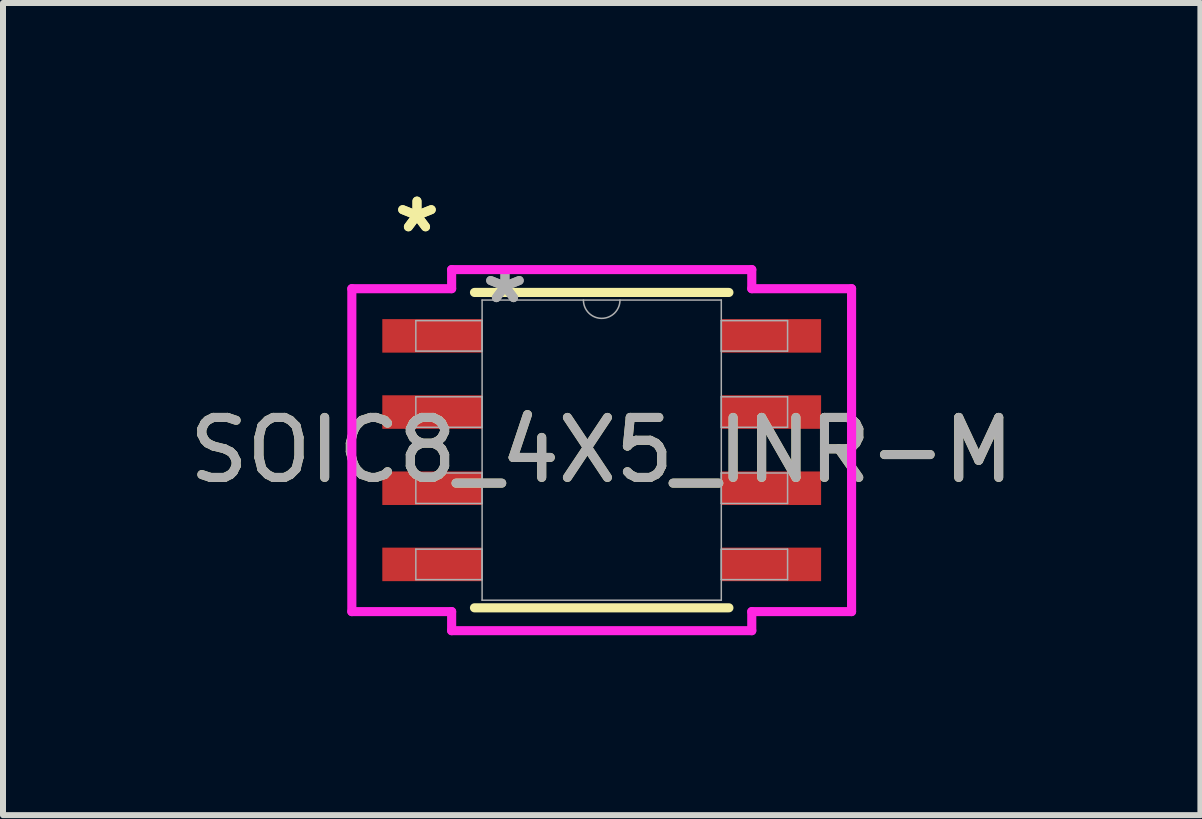
<source format=kicad_pcb>
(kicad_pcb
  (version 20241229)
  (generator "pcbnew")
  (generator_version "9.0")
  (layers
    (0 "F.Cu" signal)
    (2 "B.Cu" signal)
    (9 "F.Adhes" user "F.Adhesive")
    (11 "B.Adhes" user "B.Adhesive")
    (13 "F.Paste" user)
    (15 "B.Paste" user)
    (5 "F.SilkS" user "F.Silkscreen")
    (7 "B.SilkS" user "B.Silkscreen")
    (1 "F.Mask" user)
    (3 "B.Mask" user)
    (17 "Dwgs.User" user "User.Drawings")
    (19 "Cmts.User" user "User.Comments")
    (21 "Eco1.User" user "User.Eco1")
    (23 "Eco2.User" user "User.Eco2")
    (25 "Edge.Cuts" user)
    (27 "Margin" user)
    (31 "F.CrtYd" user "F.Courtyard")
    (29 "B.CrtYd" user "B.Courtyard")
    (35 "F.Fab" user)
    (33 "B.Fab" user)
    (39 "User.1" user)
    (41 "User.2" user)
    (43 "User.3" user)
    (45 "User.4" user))
  (footprint "SOIC8_4X5_INR-M"
    (layer "F.Cu")
    (at 6.982 4.455)
    (property "Reference" "SOIC8_4X5_INR-M" (at 0 0 0) (unlocked yes) (layer "F.SilkS") (effects (font (size 1 1) (thickness 0.15))))
    (attr smd)
    (fp_line (start -2.121 2.629) (end 2.121 2.629) (stroke (width 0.152) (type solid)) (layer "F.SilkS"))
    (fp_line (start 2.121 -2.629) (end -2.121 -2.629) (stroke (width 0.152) (type solid)) (layer "F.SilkS"))
    (fp_line (start -4.166 -2.692) (end -2.502 -2.692) (stroke (width 0.152) (type solid)) (layer "F.CrtYd"))
    (fp_line (start -4.166 2.692) (end -4.166 -2.692) (stroke (width 0.152) (type solid)) (layer "F.CrtYd"))
    (fp_line (start -4.166 2.692) (end -2.502 2.692) (stroke (width 0.152) (type solid)) (layer "F.CrtYd"))
    (fp_line (start -2.502 -3.01) (end 2.502 -3.01) (stroke (width 0.152) (type solid)) (layer "F.CrtYd"))
    (fp_line (start -2.502 -2.692) (end -2.502 -3.01) (stroke (width 0.152) (type solid)) (layer "F.CrtYd"))
    (fp_line (start -2.502 3.01) (end -2.502 2.692) (stroke (width 0.152) (type solid)) (layer "F.CrtYd"))
    (fp_line (start 2.502 -3.01) (end 2.502 -2.692) (stroke (width 0.152) (type solid)) (layer "F.CrtYd"))
    (fp_line (start 2.502 2.692) (end 2.502 3.01) (stroke (width 0.152) (type solid)) (layer "F.CrtYd"))
    (fp_line (start 2.502 3.01) (end -2.502 3.01) (stroke (width 0.152) (type solid)) (layer "F.CrtYd"))
    (fp_line (start 4.166 -2.692) (end 2.502 -2.692) (stroke (width 0.152) (type solid)) (layer "F.CrtYd"))
    (fp_line (start 4.166 -2.692) (end 4.166 2.692) (stroke (width 0.152) (type solid)) (layer "F.CrtYd"))
    (fp_line (start 4.166 2.692) (end 2.502 2.692) (stroke (width 0.152) (type solid)) (layer "F.CrtYd"))
    (fp_line (start -3.099 -2.159) (end -3.099 -1.651) (stroke (width 0.025) (type solid)) (layer "F.Fab"))
    (fp_line (start -3.099 -1.651) (end -1.994 -1.651) (stroke (width 0.025) (type solid)) (layer "F.Fab"))
    (fp_line (start -3.099 -0.889) (end -3.099 -0.381) (stroke (width 0.025) (type solid)) (layer "F.Fab"))
    (fp_line (start -3.099 -0.381) (end -1.994 -0.381) (stroke (width 0.025) (type solid)) (layer "F.Fab"))
    (fp_line (start -3.099 0.381) (end -3.099 0.889) (stroke (width 0.025) (type solid)) (layer "F.Fab"))
    (fp_line (start -3.099 0.889) (end -1.994 0.889) (stroke (width 0.025) (type solid)) (layer "F.Fab"))
    (fp_line (start -3.099 1.651) (end -3.099 2.159) (stroke (width 0.025) (type solid)) (layer "F.Fab"))
    (fp_line (start -3.099 2.159) (end -1.994 2.159) (stroke (width 0.025) (type solid)) (layer "F.Fab"))
    (fp_line (start -1.994 -2.502) (end -1.994 2.502) (stroke (width 0.025) (type solid)) (layer "F.Fab"))
    (fp_line (start -1.994 -2.159) (end -3.099 -2.159) (stroke (width 0.025) (type solid)) (layer "F.Fab"))
    (fp_line (start -1.994 -1.651) (end -1.994 -2.159) (stroke (width 0.025) (type solid)) (layer "F.Fab"))
    (fp_line (start -1.994 -0.889) (end -3.099 -0.889) (stroke (width 0.025) (type solid)) (layer "F.Fab"))
    (fp_line (start -1.994 -0.381) (end -1.994 -0.889) (stroke (width 0.025) (type solid)) (layer "F.Fab"))
    (fp_line (start -1.994 0.381) (end -3.099 0.381) (stroke (width 0.025) (type solid)) (layer "F.Fab"))
    (fp_line (start -1.994 0.889) (end -1.994 0.381) (stroke (width 0.025) (type solid)) (layer "F.Fab"))
    (fp_line (start -1.994 1.651) (end -3.099 1.651) (stroke (width 0.025) (type solid)) (layer "F.Fab"))
    (fp_line (start -1.994 2.159) (end -1.994 1.651) (stroke (width 0.025) (type solid)) (layer "F.Fab"))
    (fp_line (start -1.994 2.502) (end 1.994 2.502) (stroke (width 0.025) (type solid)) (layer "F.Fab"))
    (fp_line (start 1.994 -2.502) (end -1.994 -2.502) (stroke (width 0.025) (type solid)) (layer "F.Fab"))
    (fp_line (start 1.994 -2.159) (end 1.994 -1.651) (stroke (width 0.025) (type solid)) (layer "F.Fab"))
    (fp_line (start 1.994 -1.651) (end 3.099 -1.651) (stroke (width 0.025) (type solid)) (layer "F.Fab"))
    (fp_line (start 1.994 -0.889) (end 1.994 -0.381) (stroke (width 0.025) (type solid)) (layer "F.Fab"))
    (fp_line (start 1.994 -0.381) (end 3.099 -0.381) (stroke (width 0.025) (type solid)) (layer "F.Fab"))
    (fp_line (start 1.994 0.381) (end 1.994 0.889) (stroke (width 0.025) (type solid)) (layer "F.Fab"))
    (fp_line (start 1.994 0.889) (end 3.099 0.889) (stroke (width 0.025) (type solid)) (layer "F.Fab"))
    (fp_line (start 1.994 1.651) (end 1.994 2.159) (stroke (width 0.025) (type solid)) (layer "F.Fab"))
    (fp_line (start 1.994 2.159) (end 3.099 2.159) (stroke (width 0.025) (type solid)) (layer "F.Fab"))
    (fp_line (start 1.994 2.502) (end 1.994 -2.502) (stroke (width 0.025) (type solid)) (layer "F.Fab"))
    (fp_line (start 3.099 -2.159) (end 1.994 -2.159) (stroke (width 0.025) (type solid)) (layer "F.Fab"))
    (fp_line (start 3.099 -1.651) (end 3.099 -2.159) (stroke (width 0.025) (type solid)) (layer "F.Fab"))
    (fp_line (start 3.099 -0.889) (end 1.994 -0.889) (stroke (width 0.025) (type solid)) (layer "F.Fab"))
    (fp_line (start 3.099 -0.381) (end 3.099 -0.889) (stroke (width 0.025) (type solid)) (layer "F.Fab"))
    (fp_line (start 3.099 0.381) (end 1.994 0.381) (stroke (width 0.025) (type solid)) (layer "F.Fab"))
    (fp_line (start 3.099 0.889) (end 3.099 0.381) (stroke (width 0.025) (type solid)) (layer "F.Fab"))
    (fp_line (start 3.099 1.651) (end 1.994 1.651) (stroke (width 0.025) (type solid)) (layer "F.Fab"))
    (fp_line (start 3.099 2.159) (end 3.099 1.651) (stroke (width 0.025) (type solid)) (layer "F.Fab"))
    (fp_arc (start 0.3048 -2.5019) (mid 0 -2.1971) (end -0.3048 -2.5019) (stroke (width 0.0254) (type solid)) (layer "F.Fab"))
    (fp_text user "*" (at -3.08 -3.607 0) (unlocked yes) (layer "F.SilkS") (effects (font (size 1 1) (thickness 0.15))))
    (fp_text user "*" (at -3.08 -3.607 0) (layer "F.SilkS") (effects (font (size 1 1) (thickness 0.15))))
    (fp_text user "${REFERENCE}" (at 0 0 0) (unlocked yes) (layer "F.Fab") (effects (font (size 1 1) (thickness 0.15))))
    (fp_text user "*" (at -1.613 -2.426 0) (layer "F.Fab") (effects (font (size 1 1) (thickness 0.15))))
    (fp_text user "*" (at -1.613 -2.426 0) (unlocked yes) (layer "F.Fab") (effects (font (size 1 1) (thickness 0.15))))
    (pad "1" smd rect (at -2.826 -1.905) (size 1.664 0.559) (layers "F.Cu" "F.Mask" "F.Paste"))
    (pad "2" smd rect (at -2.826 -0.635) (size 1.664 0.559) (layers "F.Cu" "F.Mask" "F.Paste"))
    (pad "3" smd rect (at -2.826 0.635) (size 1.664 0.559) (layers "F.Cu" "F.Mask" "F.Paste"))
    (pad "4" smd rect (at -2.826 1.905) (size 1.664 0.559) (layers "F.Cu" "F.Mask" "F.Paste"))
    (pad "5" smd rect (at 2.826 1.905) (size 1.664 0.559) (layers "F.Cu" "F.Mask" "F.Paste"))
    (pad "6" smd rect (at 2.826 0.635) (size 1.664 0.559) (layers "F.Cu" "F.Mask" "F.Paste"))
    (pad "7" smd rect (at 2.826 -0.635) (size 1.664 0.559) (layers "F.Cu" "F.Mask" "F.Paste"))
    (pad "8" smd rect (at 2.826 -1.905) (size 1.664 0.559) (layers "F.Cu" "F.Mask" "F.Paste")))
  (gr_rect
    (start -3 -3)
    (end 16.964 10.541)
    (stroke (width 0.1) (type default))
    (fill no)
    (layer "Edge.Cuts")))
</source>
